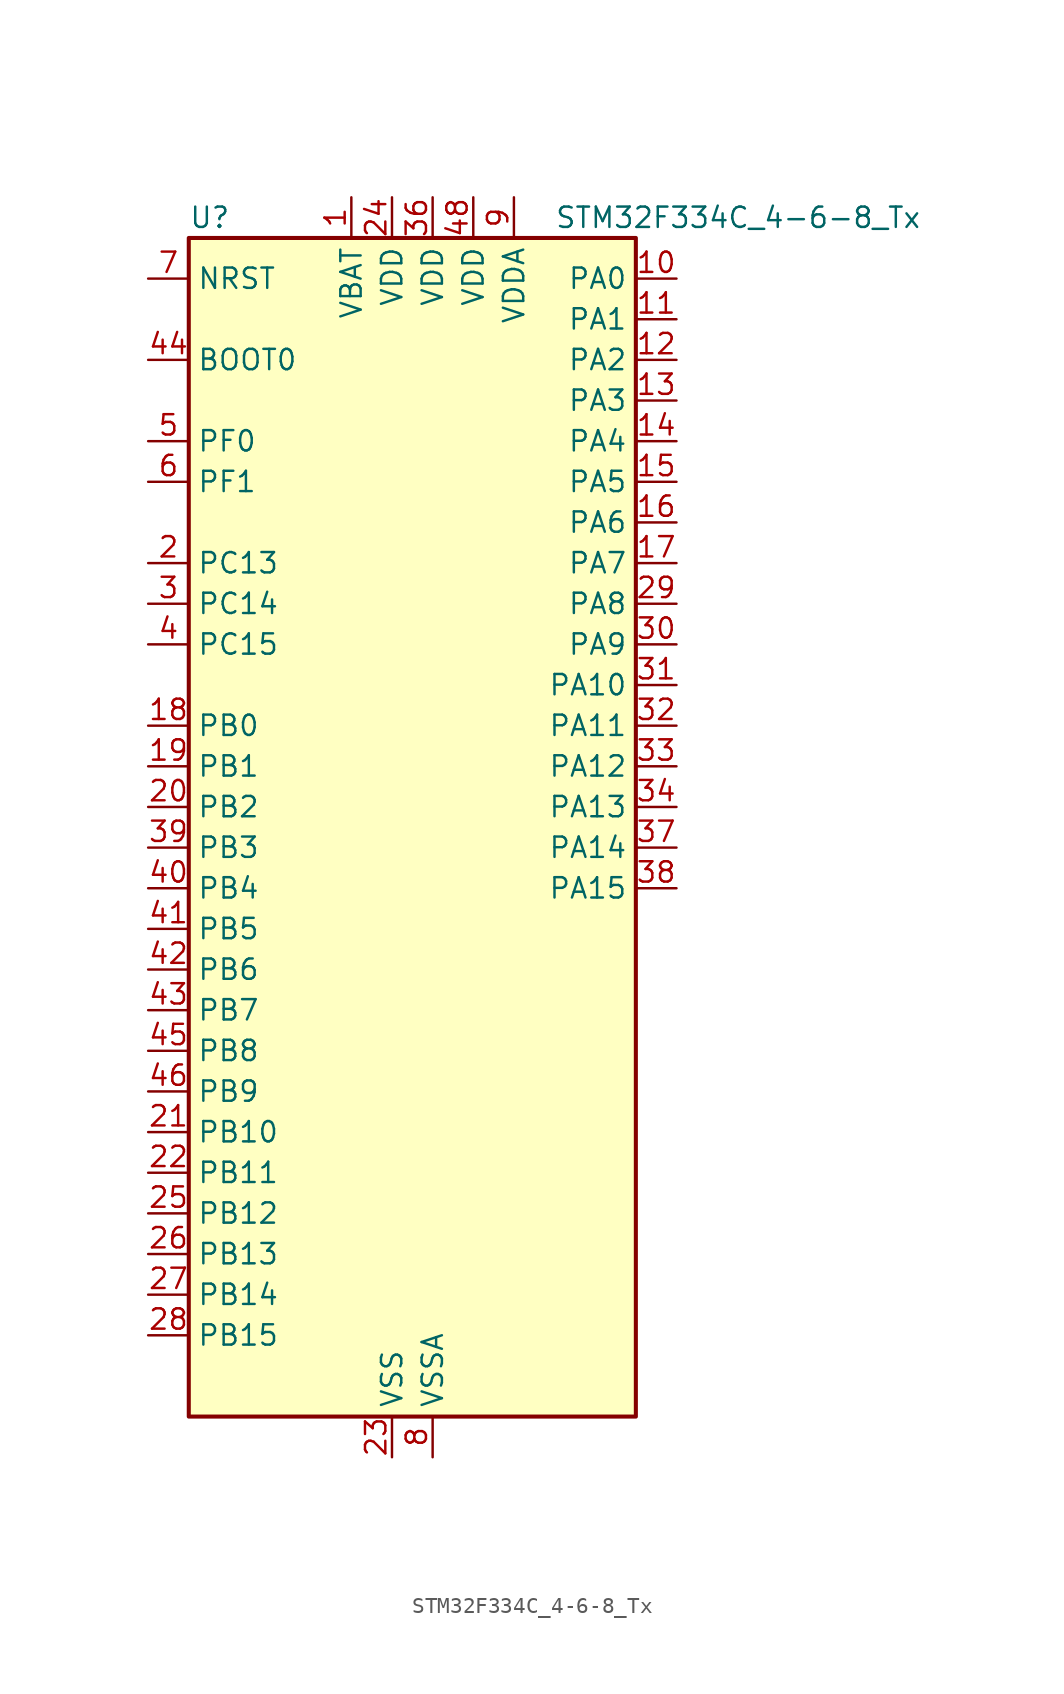
<source format=kicad_sym>
(kicad_symbol_lib
  (version 20231120)
  (generator "kicad_symbol_editor")
  (generator_version "8.0")
  (symbol "STM32F334C_4-6-8_Tx"
    (property "Reference" "U"
      (at -12.7 39.37 0)
      (effects (font (size 1.27 1.27)) (justify left)))
    (property "Value" "STM32F334C_4-6-8_Tx"
      (at 10.16 39.37 0)
      (effects (font (size 1.27 1.27)) (justify left)))
    (property "ki_locked" ""
      (at 0 0 0)
      (effects (font (size 1.27 1.27))))
    (symbol "STM32F334C_4-6-8_Tx_0_1"
      (rectangle (start -12.7 -35.56) (end 15.24 38.1) (stroke (width 0.254) (type default)) (fill (type background))))
    (symbol "STM32F334C_4-6-8_Tx_1_1"
      (pin power_in line (at -2.54 40.64 270) (length 2.54) (name "VBAT" (effects (font (size 1.27 1.27)))) (number "1" (effects (font (size 1.27 1.27)))))
      (pin bidirectional line (at 17.78 35.56 180) (length 2.54) (name "PA0" (effects (font (size 1.27 1.27)))) (number "10" (effects (font (size 1.27 1.27)))) (alternate "ADC1_IN1" bidirectional line) (alternate "RTC_TAMP2" bidirectional line) (alternate "SYS_WKUP1" bidirectional line) (alternate "TIM2_CH1" bidirectional line) (alternate "TIM2_ETR" bidirectional line) (alternate "TSC_G1_IO1" bidirectional line) (alternate "USART2_CTS" bidirectional line))
      (pin bidirectional line (at 17.78 33.02 180) (length 2.54) (name "PA1" (effects (font (size 1.27 1.27)))) (number "11" (effects (font (size 1.27 1.27)))) (alternate "ADC1_IN2" bidirectional line) (alternate "RTC_REFIN" bidirectional line) (alternate "TIM15_CH1N" bidirectional line) (alternate "TIM2_CH2" bidirectional line) (alternate "TSC_G1_IO2" bidirectional line) (alternate "USART2_DE" bidirectional line) (alternate "USART2_RTS" bidirectional line))
      (pin bidirectional line (at 17.78 30.48 180) (length 2.54) (name "PA2" (effects (font (size 1.27 1.27)))) (number "12" (effects (font (size 1.27 1.27)))) (alternate "ADC1_IN3" bidirectional line) (alternate "COMP2_INM" bidirectional line) (alternate "COMP2_OUT" bidirectional line) (alternate "TIM15_CH1" bidirectional line) (alternate "TIM2_CH3" bidirectional line) (alternate "TSC_G1_IO3" bidirectional line) (alternate "USART2_TX" bidirectional line))
      (pin bidirectional line (at 17.78 27.94 180) (length 2.54) (name "PA3" (effects (font (size 1.27 1.27)))) (number "13" (effects (font (size 1.27 1.27)))) (alternate "ADC1_IN4" bidirectional line) (alternate "TIM15_CH2" bidirectional line) (alternate "TIM2_CH4" bidirectional line) (alternate "TSC_G1_IO4" bidirectional line) (alternate "USART2_RX" bidirectional line))
      (pin bidirectional line (at 17.78 25.4 180) (length 2.54) (name "PA4" (effects (font (size 1.27 1.27)))) (number "14" (effects (font (size 1.27 1.27)))) (alternate "ADC2_IN1" bidirectional line) (alternate "COMP2_INM" bidirectional line) (alternate "COMP4_INM" bidirectional line) (alternate "COMP6_INM" bidirectional line) (alternate "DAC1_OUT1" bidirectional line) (alternate "SPI1_NSS" bidirectional line) (alternate "TIM3_CH2" bidirectional line) (alternate "TSC_G2_IO1" bidirectional line) (alternate "USART2_CK" bidirectional line))
      (pin bidirectional line (at 17.78 22.86 180) (length 2.54) (name "PA5" (effects (font (size 1.27 1.27)))) (number "15" (effects (font (size 1.27 1.27)))) (alternate "ADC2_IN2" bidirectional line) (alternate "DAC1_OUT2" bidirectional line) (alternate "OPAMP2_VINM" bidirectional line) (alternate "OPAMP2_VINM_SEC" bidirectional line) (alternate "SPI1_SCK" bidirectional line) (alternate "TIM2_CH1" bidirectional line) (alternate "TIM2_ETR" bidirectional line) (alternate "TSC_G2_IO2" bidirectional line))
      (pin bidirectional line (at 17.78 20.32 180) (length 2.54) (name "PA6" (effects (font (size 1.27 1.27)))) (number "16" (effects (font (size 1.27 1.27)))) (alternate "ADC2_IN3" bidirectional line) (alternate "DAC2_OUT1" bidirectional line) (alternate "OPAMP2_DIG" bidirectional line) (alternate "OPAMP2_VOUT" bidirectional line) (alternate "SPI1_MISO" bidirectional line) (alternate "TIM16_CH1" bidirectional line) (alternate "TIM1_BKIN" bidirectional line) (alternate "TIM3_CH1" bidirectional line) (alternate "TSC_G2_IO3" bidirectional line))
      (pin bidirectional line (at 17.78 17.78 180) (length 2.54) (name "PA7" (effects (font (size 1.27 1.27)))) (number "17" (effects (font (size 1.27 1.27)))) (alternate "ADC2_IN4" bidirectional line) (alternate "COMP2_INP" bidirectional line) (alternate "OPAMP2_VINP" bidirectional line) (alternate "OPAMP2_VINP_SEC" bidirectional line) (alternate "SPI1_MOSI" bidirectional line) (alternate "TIM17_CH1" bidirectional line) (alternate "TIM1_CH1N" bidirectional line) (alternate "TIM3_CH2" bidirectional line) (alternate "TSC_G2_IO4" bidirectional line))
      (pin bidirectional line (at -15.24 7.62 0) (length 2.54) (name "PB0" (effects (font (size 1.27 1.27)))) (number "18" (effects (font (size 1.27 1.27)))) (alternate "ADC1_IN11" bidirectional line) (alternate "COMP4_INP" bidirectional line) (alternate "OPAMP2_VINP" bidirectional line) (alternate "OPAMP2_VINP_SEC" bidirectional line) (alternate "TIM1_CH2N" bidirectional line) (alternate "TIM3_CH3" bidirectional line) (alternate "TSC_G3_IO2" bidirectional line))
      (pin bidirectional line (at -15.24 5.08 0) (length 2.54) (name "PB1" (effects (font (size 1.27 1.27)))) (number "19" (effects (font (size 1.27 1.27)))) (alternate "ADC1_IN12" bidirectional line) (alternate "COMP4_OUT" bidirectional line) (alternate "HRTIM1_SCOUT" bidirectional line) (alternate "TIM1_CH3N" bidirectional line) (alternate "TIM3_CH4" bidirectional line) (alternate "TSC_G3_IO3" bidirectional line))
      (pin bidirectional line (at -15.24 17.78 0) (length 2.54) (name "PC13" (effects (font (size 1.27 1.27)))) (number "2" (effects (font (size 1.27 1.27)))) (alternate "RTC_OUT_ALARM" bidirectional line) (alternate "RTC_OUT_CALIB" bidirectional line) (alternate "RTC_TAMP1" bidirectional line) (alternate "RTC_TS" bidirectional line) (alternate "SYS_WKUP2" bidirectional line) (alternate "TIM1_CH1N" bidirectional line))
      (pin bidirectional line (at -15.24 2.54 0) (length 2.54) (name "PB2" (effects (font (size 1.27 1.27)))) (number "20" (effects (font (size 1.27 1.27)))) (alternate "ADC2_IN12" bidirectional line) (alternate "COMP4_INM" bidirectional line) (alternate "HRTIM1_SCIN" bidirectional line) (alternate "TSC_G3_IO4" bidirectional line))
      (pin bidirectional line (at -15.24 -17.78 0) (length 2.54) (name "PB10" (effects (font (size 1.27 1.27)))) (number "21" (effects (font (size 1.27 1.27)))) (alternate "HRTIM1_FLT3" bidirectional line) (alternate "TIM2_CH3" bidirectional line) (alternate "TSC_SYNC" bidirectional line) (alternate "USART3_TX" bidirectional line))
      (pin bidirectional line (at -15.24 -20.32 0) (length 2.54) (name "PB11" (effects (font (size 1.27 1.27)))) (number "22" (effects (font (size 1.27 1.27)))) (alternate "ADC1_EXTI11" bidirectional line) (alternate "ADC2_EXTI11" bidirectional line) (alternate "COMP6_INP" bidirectional line) (alternate "HRTIM1_FLT4" bidirectional line) (alternate "TIM2_CH4" bidirectional line) (alternate "TSC_G6_IO1" bidirectional line) (alternate "USART3_RX" bidirectional line))
      (pin power_in line (at 0 -38.1 90) (length 2.54) (name "VSS" (effects (font (size 1.27 1.27)))) (number "23" (effects (font (size 1.27 1.27)))))
      (pin power_in line (at 0 40.64 270) (length 2.54) (name "VDD" (effects (font (size 1.27 1.27)))) (number "24" (effects (font (size 1.27 1.27)))))
      (pin bidirectional line (at -15.24 -22.86 0) (length 2.54) (name "PB12" (effects (font (size 1.27 1.27)))) (number "25" (effects (font (size 1.27 1.27)))) (alternate "ADC2_IN13" bidirectional line) (alternate "HRTIM1_CHC1" bidirectional line) (alternate "TIM1_BKIN" bidirectional line) (alternate "TSC_G6_IO2" bidirectional line) (alternate "USART3_CK" bidirectional line))
      (pin bidirectional line (at -15.24 -25.4 0) (length 2.54) (name "PB13" (effects (font (size 1.27 1.27)))) (number "26" (effects (font (size 1.27 1.27)))) (alternate "ADC1_IN13" bidirectional line) (alternate "HRTIM1_CHC2" bidirectional line) (alternate "TIM1_CH1N" bidirectional line) (alternate "TSC_G6_IO3" bidirectional line) (alternate "USART3_CTS" bidirectional line))
      (pin bidirectional line (at -15.24 -27.94 0) (length 2.54) (name "PB14" (effects (font (size 1.27 1.27)))) (number "27" (effects (font (size 1.27 1.27)))) (alternate "ADC2_IN14" bidirectional line) (alternate "HRTIM1_CHD1" bidirectional line) (alternate "OPAMP2_VINP" bidirectional line) (alternate "OPAMP2_VINP_SEC" bidirectional line) (alternate "TIM15_CH1" bidirectional line) (alternate "TIM1_CH2N" bidirectional line) (alternate "TSC_G6_IO4" bidirectional line) (alternate "USART3_DE" bidirectional line) (alternate "USART3_RTS" bidirectional line))
      (pin bidirectional line (at -15.24 -30.48 0) (length 2.54) (name "PB15" (effects (font (size 1.27 1.27)))) (number "28" (effects (font (size 1.27 1.27)))) (alternate "ADC1_EXTI15" bidirectional line) (alternate "ADC2_EXTI15" bidirectional line) (alternate "ADC2_IN15" bidirectional line) (alternate "COMP6_INM" bidirectional line) (alternate "HRTIM1_CHD2" bidirectional line) (alternate "RTC_REFIN" bidirectional line) (alternate "TIM15_CH1N" bidirectional line) (alternate "TIM15_CH2" bidirectional line) (alternate "TIM1_CH3N" bidirectional line))
      (pin bidirectional line (at 17.78 15.24 180) (length 2.54) (name "PA8" (effects (font (size 1.27 1.27)))) (number "29" (effects (font (size 1.27 1.27)))) (alternate "HRTIM1_CHA1" bidirectional line) (alternate "RCC_MCO" bidirectional line) (alternate "TIM1_CH1" bidirectional line) (alternate "USART1_CK" bidirectional line))
      (pin bidirectional line (at -15.24 15.24 0) (length 2.54) (name "PC14" (effects (font (size 1.27 1.27)))) (number "3" (effects (font (size 1.27 1.27)))) (alternate "RCC_OSC32_IN" bidirectional line))
      (pin bidirectional line (at 17.78 12.7 180) (length 2.54) (name "PA9" (effects (font (size 1.27 1.27)))) (number "30" (effects (font (size 1.27 1.27)))) (alternate "DAC1_EXTI9" bidirectional line) (alternate "DAC2_EXTI9" bidirectional line) (alternate "HRTIM1_CHA2" bidirectional line) (alternate "TIM15_BKIN" bidirectional line) (alternate "TIM1_CH2" bidirectional line) (alternate "TIM2_CH3" bidirectional line) (alternate "TSC_G4_IO1" bidirectional line) (alternate "USART1_TX" bidirectional line))
      (pin bidirectional line (at 17.78 10.16 180) (length 2.54) (name "PA10" (effects (font (size 1.27 1.27)))) (number "31" (effects (font (size 1.27 1.27)))) (alternate "COMP6_OUT" bidirectional line) (alternate "HRTIM1_CHB1" bidirectional line) (alternate "TIM17_BKIN" bidirectional line) (alternate "TIM1_CH3" bidirectional line) (alternate "TIM2_CH4" bidirectional line) (alternate "TSC_G4_IO2" bidirectional line) (alternate "USART1_RX" bidirectional line))
      (pin bidirectional line (at 17.78 7.62 180) (length 2.54) (name "PA11" (effects (font (size 1.27 1.27)))) (number "32" (effects (font (size 1.27 1.27)))) (alternate "ADC1_EXTI11" bidirectional line) (alternate "ADC2_EXTI11" bidirectional line) (alternate "CAN_RX" bidirectional line) (alternate "HRTIM1_CHB2" bidirectional line) (alternate "TIM1_BKIN2" bidirectional line) (alternate "TIM1_CH1N" bidirectional line) (alternate "TIM1_CH4" bidirectional line) (alternate "USART1_CTS" bidirectional line))
      (pin bidirectional line (at 17.78 5.08 180) (length 2.54) (name "PA12" (effects (font (size 1.27 1.27)))) (number "33" (effects (font (size 1.27 1.27)))) (alternate "CAN_TX" bidirectional line) (alternate "COMP2_OUT" bidirectional line) (alternate "HRTIM1_FLT1" bidirectional line) (alternate "TIM16_CH1" bidirectional line) (alternate "TIM1_CH2N" bidirectional line) (alternate "TIM1_ETR" bidirectional line) (alternate "USART1_DE" bidirectional line) (alternate "USART1_RTS" bidirectional line))
      (pin bidirectional line (at 17.78 2.54 180) (length 2.54) (name "PA13" (effects (font (size 1.27 1.27)))) (number "34" (effects (font (size 1.27 1.27)))) (alternate "IR_OUT" bidirectional line) (alternate "SYS_JTMS-SWDIO" bidirectional line) (alternate "TIM16_CH1N" bidirectional line) (alternate "TSC_G4_IO3" bidirectional line) (alternate "USART3_CTS" bidirectional line))
      (pin passive line (at 0 -38.1 90) (length 2.54) hide (name "VSS" (effects (font (size 1.27 1.27)))) (number "35" (effects (font (size 1.27 1.27)))))
      (pin power_in line (at 2.54 40.64 270) (length 2.54) (name "VDD" (effects (font (size 1.27 1.27)))) (number "36" (effects (font (size 1.27 1.27)))))
      (pin bidirectional line (at 17.78 0 180) (length 2.54) (name "PA14" (effects (font (size 1.27 1.27)))) (number "37" (effects (font (size 1.27 1.27)))) (alternate "I2C1_SDA" bidirectional line) (alternate "SYS_JTCK-SWCLK" bidirectional line) (alternate "TIM1_BKIN" bidirectional line) (alternate "TSC_G4_IO4" bidirectional line) (alternate "USART2_TX" bidirectional line))
      (pin bidirectional line (at 17.78 -2.54 180) (length 2.54) (name "PA15" (effects (font (size 1.27 1.27)))) (number "38" (effects (font (size 1.27 1.27)))) (alternate "ADC1_EXTI15" bidirectional line) (alternate "ADC2_EXTI15" bidirectional line) (alternate "HRTIM1_FLT2" bidirectional line) (alternate "I2C1_SCL" bidirectional line) (alternate "SPI1_NSS" bidirectional line) (alternate "SYS_JTDI" bidirectional line) (alternate "TIM1_BKIN" bidirectional line) (alternate "TIM2_CH1" bidirectional line) (alternate "TIM2_ETR" bidirectional line) (alternate "TSC_SYNC" bidirectional line) (alternate "USART2_RX" bidirectional line))
      (pin bidirectional line (at -15.24 0 0) (length 2.54) (name "PB3" (effects (font (size 1.27 1.27)))) (number "39" (effects (font (size 1.27 1.27)))) (alternate "HRTIM1_EEV9" bidirectional line) (alternate "HRTIM1_SCOUT" bidirectional line) (alternate "SPI1_SCK" bidirectional line) (alternate "SYS_JTDO-TRACESWO" bidirectional line) (alternate "TIM2_CH2" bidirectional line) (alternate "TIM3_ETR" bidirectional line) (alternate "TSC_G5_IO1" bidirectional line) (alternate "USART2_TX" bidirectional line))
      (pin bidirectional line (at -15.24 12.7 0) (length 2.54) (name "PC15" (effects (font (size 1.27 1.27)))) (number "4" (effects (font (size 1.27 1.27)))) (alternate "ADC1_EXTI15" bidirectional line) (alternate "ADC2_EXTI15" bidirectional line) (alternate "RCC_OSC32_OUT" bidirectional line))
      (pin bidirectional line (at -15.24 -2.54 0) (length 2.54) (name "PB4" (effects (font (size 1.27 1.27)))) (number "40" (effects (font (size 1.27 1.27)))) (alternate "HRTIM1_EEV7" bidirectional line) (alternate "SPI1_MISO" bidirectional line) (alternate "SYS_NJTRST" bidirectional line) (alternate "TIM16_CH1" bidirectional line) (alternate "TIM17_BKIN" bidirectional line) (alternate "TIM3_CH1" bidirectional line) (alternate "TSC_G5_IO2" bidirectional line) (alternate "USART2_RX" bidirectional line))
      (pin bidirectional line (at -15.24 -5.08 0) (length 2.54) (name "PB5" (effects (font (size 1.27 1.27)))) (number "41" (effects (font (size 1.27 1.27)))) (alternate "HRTIM1_EEV6" bidirectional line) (alternate "I2C1_SMBA" bidirectional line) (alternate "SPI1_MOSI" bidirectional line) (alternate "TIM16_BKIN" bidirectional line) (alternate "TIM17_CH1" bidirectional line) (alternate "TIM3_CH2" bidirectional line) (alternate "USART2_CK" bidirectional line))
      (pin bidirectional line (at -15.24 -7.62 0) (length 2.54) (name "PB6" (effects (font (size 1.27 1.27)))) (number "42" (effects (font (size 1.27 1.27)))) (alternate "HRTIM1_EEV4" bidirectional line) (alternate "HRTIM1_SCIN" bidirectional line) (alternate "I2C1_SCL" bidirectional line) (alternate "TIM16_CH1N" bidirectional line) (alternate "TSC_G5_IO3" bidirectional line) (alternate "USART1_TX" bidirectional line))
      (pin bidirectional line (at -15.24 -10.16 0) (length 2.54) (name "PB7" (effects (font (size 1.27 1.27)))) (number "43" (effects (font (size 1.27 1.27)))) (alternate "HRTIM1_EEV3" bidirectional line) (alternate "I2C1_SDA" bidirectional line) (alternate "TIM17_CH1N" bidirectional line) (alternate "TIM3_CH4" bidirectional line) (alternate "TSC_G5_IO4" bidirectional line) (alternate "USART1_RX" bidirectional line))
      (pin input line (at -15.24 30.48 0) (length 2.54) (name "BOOT0" (effects (font (size 1.27 1.27)))) (number "44" (effects (font (size 1.27 1.27)))))
      (pin bidirectional line (at -15.24 -12.7 0) (length 2.54) (name "PB8" (effects (font (size 1.27 1.27)))) (number "45" (effects (font (size 1.27 1.27)))) (alternate "CAN_RX" bidirectional line) (alternate "HRTIM1_EEV8" bidirectional line) (alternate "I2C1_SCL" bidirectional line) (alternate "TIM16_CH1" bidirectional line) (alternate "TIM1_BKIN" bidirectional line) (alternate "TSC_SYNC" bidirectional line) (alternate "USART3_RX" bidirectional line))
      (pin bidirectional line (at -15.24 -15.24 0) (length 2.54) (name "PB9" (effects (font (size 1.27 1.27)))) (number "46" (effects (font (size 1.27 1.27)))) (alternate "CAN_TX" bidirectional line) (alternate "COMP2_OUT" bidirectional line) (alternate "DAC1_EXTI9" bidirectional line) (alternate "DAC2_EXTI9" bidirectional line) (alternate "HRTIM1_EEV5" bidirectional line) (alternate "I2C1_SDA" bidirectional line) (alternate "IR_OUT" bidirectional line) (alternate "TIM17_CH1" bidirectional line) (alternate "USART3_TX" bidirectional line))
      (pin passive line (at 0 -38.1 90) (length 2.54) hide (name "VSS" (effects (font (size 1.27 1.27)))) (number "47" (effects (font (size 1.27 1.27)))))
      (pin power_in line (at 5.08 40.64 270) (length 2.54) (name "VDD" (effects (font (size 1.27 1.27)))) (number "48" (effects (font (size 1.27 1.27)))))
      (pin bidirectional line (at -15.24 25.4 0) (length 2.54) (name "PF0" (effects (font (size 1.27 1.27)))) (number "5" (effects (font (size 1.27 1.27)))) (alternate "RCC_OSC_IN" bidirectional line) (alternate "TIM1_CH3N" bidirectional line))
      (pin bidirectional line (at -15.24 22.86 0) (length 2.54) (name "PF1" (effects (font (size 1.27 1.27)))) (number "6" (effects (font (size 1.27 1.27)))) (alternate "RCC_OSC_OUT" bidirectional line))
      (pin input line (at -15.24 35.56 0) (length 2.54) (name "NRST" (effects (font (size 1.27 1.27)))) (number "7" (effects (font (size 1.27 1.27)))))
      (pin power_in line (at 2.54 -38.1 90) (length 2.54) (name "VSSA" (effects (font (size 1.27 1.27)))) (number "8" (effects (font (size 1.27 1.27)))))
      (pin power_in line (at 7.62 40.64 270) (length 2.54) (name "VDDA" (effects (font (size 1.27 1.27)))) (number "9" (effects (font (size 1.27 1.27))))))))
</source>
